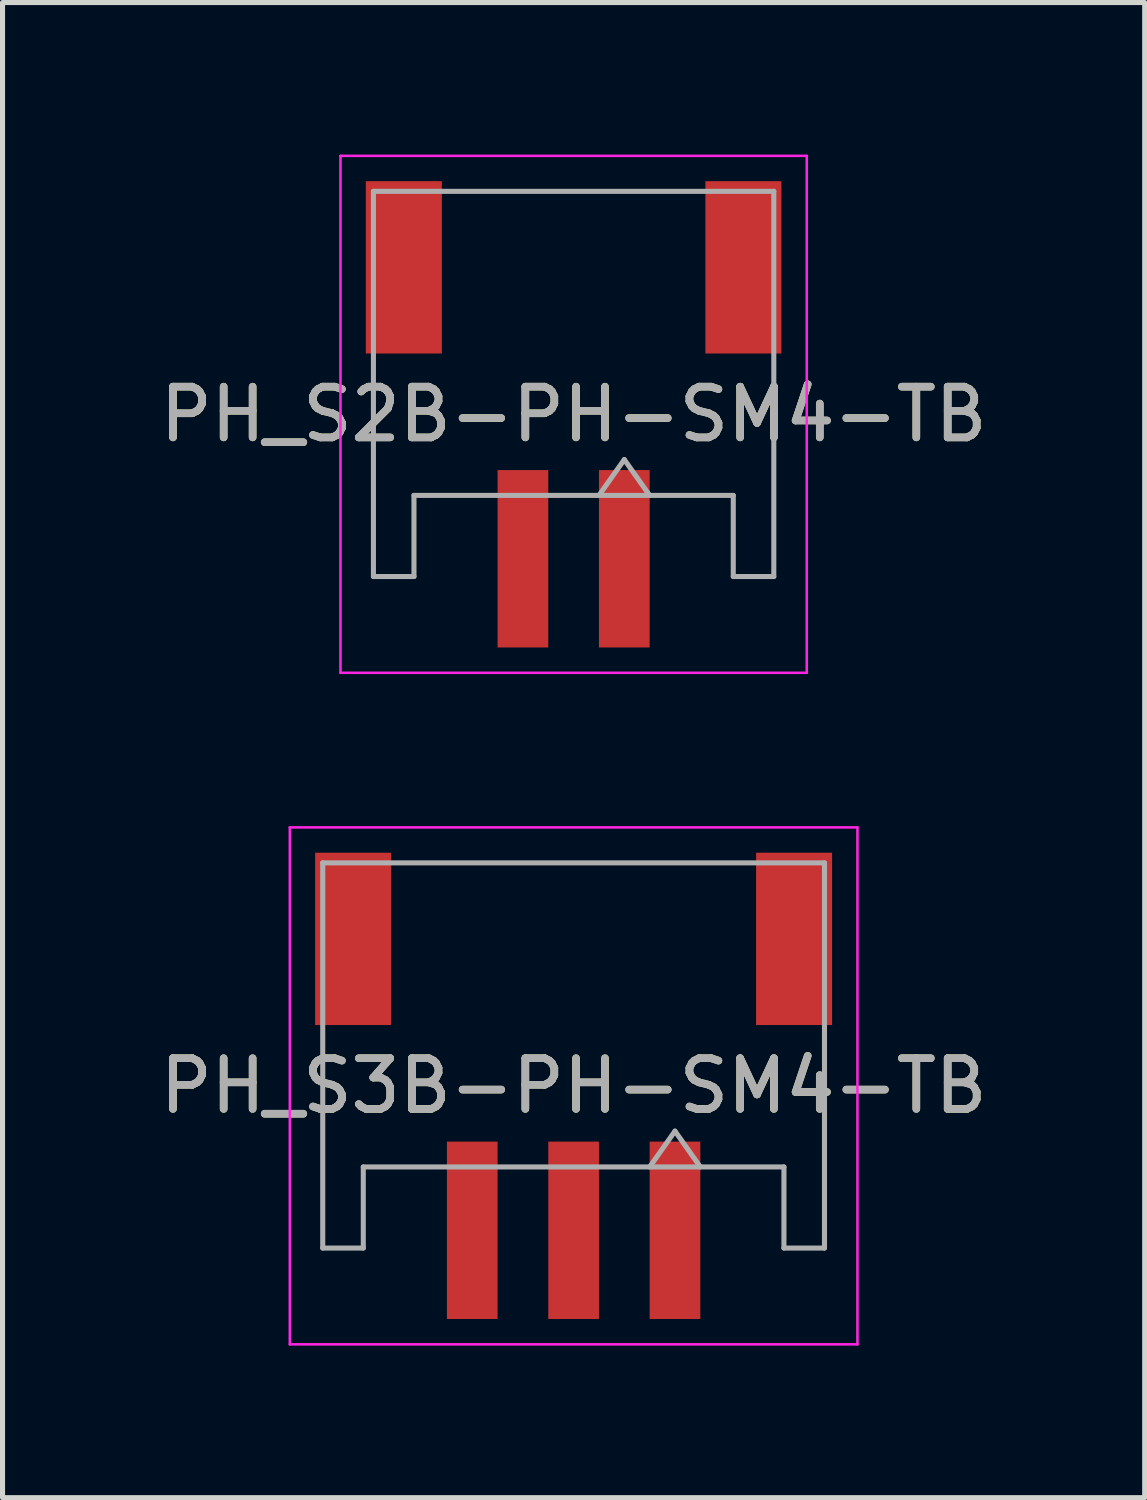
<source format=kicad_pcb>
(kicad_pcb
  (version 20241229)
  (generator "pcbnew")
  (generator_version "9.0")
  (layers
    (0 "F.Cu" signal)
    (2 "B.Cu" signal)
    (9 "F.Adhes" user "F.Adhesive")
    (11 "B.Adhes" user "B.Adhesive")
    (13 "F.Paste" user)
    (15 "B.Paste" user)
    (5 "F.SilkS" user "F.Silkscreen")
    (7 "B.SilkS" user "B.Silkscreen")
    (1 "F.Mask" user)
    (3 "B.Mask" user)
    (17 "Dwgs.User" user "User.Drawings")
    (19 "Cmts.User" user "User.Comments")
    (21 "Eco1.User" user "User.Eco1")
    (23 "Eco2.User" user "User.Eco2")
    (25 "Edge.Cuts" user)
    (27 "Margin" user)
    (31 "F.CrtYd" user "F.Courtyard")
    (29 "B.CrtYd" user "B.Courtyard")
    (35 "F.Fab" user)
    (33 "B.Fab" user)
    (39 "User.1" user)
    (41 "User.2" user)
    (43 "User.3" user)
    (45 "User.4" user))
  (footprint "PH_S3B-PH-SM4-TB"
    (layer "F.Cu")
    (at 8.268 18.375)
    (property "Reference" "PH_S3B-PH-SM4-TB" (at 0 0 180) (layer "F.SilkS") (effects (font (size 1 1) (thickness 0.15))))
    (attr smd)
    (fp_line (start -5.6 -5.1) (end -5.6 5.1) (stroke (width 0.05) (type solid)) (layer "F.CrtYd"))
    (fp_line (start -5.6 5.1) (end 5.6 5.1) (stroke (width 0.05) (type solid)) (layer "F.CrtYd"))
    (fp_line (start 5.6 -5.1) (end -5.6 -5.1) (stroke (width 0.05) (type solid)) (layer "F.CrtYd"))
    (fp_line (start 5.6 5.1) (end 5.6 -5.1) (stroke (width 0.05) (type solid)) (layer "F.CrtYd"))
    (fp_line (start -4.95 3.2) (end -4.95 -4.4) (stroke (width 0.1) (type solid)) (layer "F.Fab"))
    (fp_line (start -4.15 1.6) (end -4.15 3.2) (stroke (width 0.1) (type solid)) (layer "F.Fab"))
    (fp_line (start -4.15 3.2) (end -4.95 3.2) (stroke (width 0.1) (type solid)) (layer "F.Fab"))
    (fp_line (start 2 0.893) (end 1.5 1.6) (stroke (width 0.1) (type solid)) (layer "F.Fab"))
    (fp_line (start 2.5 1.6) (end 2 0.893) (stroke (width 0.1) (type solid)) (layer "F.Fab"))
    (fp_line (start 4.15 1.6) (end -4.15 1.6) (stroke (width 0.1) (type solid)) (layer "F.Fab"))
    (fp_line (start 4.15 3.2) (end 4.15 1.6) (stroke (width 0.1) (type solid)) (layer "F.Fab"))
    (fp_line (start 4.95 -4.4) (end -4.95 -4.4) (stroke (width 0.1) (type solid)) (layer "F.Fab"))
    (fp_line (start 4.95 3.2) (end 4.15 3.2) (stroke (width 0.1) (type solid)) (layer "F.Fab"))
    (fp_line (start 4.95 3.2) (end 4.95 -4.4) (stroke (width 0.1) (type solid)) (layer "F.Fab"))
    (fp_text user "${REFERENCE}" (at 0 0 180) (layer "F.Fab") (effects (font (size 1 1) (thickness 0.15))))
    (pad "1" smd rect (at 2 2.85 180) (size 1 3.5) (layers "F.Cu" "F.Mask" "F.Paste"))
    (pad "2" smd rect (at 0 2.85 180) (size 1 3.5) (layers "F.Cu" "F.Mask" "F.Paste"))
    (pad "3" smd rect (at -2 2.85 180) (size 1 3.5) (layers "F.Cu" "F.Mask" "F.Paste"))
    (pad "MP" smd rect (at -4.35 -2.9 180) (size 1.5 3.4) (layers "F.Cu" "F.Mask" "F.Paste"))
    (pad "MP" smd rect (at 4.35 -2.9 180) (size 1.5 3.4) (layers "F.Cu" "F.Mask" "F.Paste")))
  (footprint "PH_S2B-PH-SM4-TB"
    (layer "F.Cu")
    (at 8.268 5.125)
    (property "Reference" "PH_S2B-PH-SM4-TB" (at 0 0 180) (layer "F.SilkS") (effects (font (size 1 1) (thickness 0.15))))
    (attr smd)
    (fp_line (start -4.6 -5.1) (end -4.6 5.1) (stroke (width 0.05) (type solid)) (layer "F.CrtYd"))
    (fp_line (start -4.6 5.1) (end 4.6 5.1) (stroke (width 0.05) (type solid)) (layer "F.CrtYd"))
    (fp_line (start 4.6 -5.1) (end -4.6 -5.1) (stroke (width 0.05) (type solid)) (layer "F.CrtYd"))
    (fp_line (start 4.6 5.1) (end 4.6 -5.1) (stroke (width 0.05) (type solid)) (layer "F.CrtYd"))
    (fp_line (start -3.95 3.2) (end -3.95 -4.4) (stroke (width 0.1) (type solid)) (layer "F.Fab"))
    (fp_line (start -3.15 1.6) (end -3.15 3.2) (stroke (width 0.1) (type solid)) (layer "F.Fab"))
    (fp_line (start -3.15 3.2) (end -3.95 3.2) (stroke (width 0.1) (type solid)) (layer "F.Fab"))
    (fp_line (start 1 0.893) (end 0.5 1.6) (stroke (width 0.1) (type solid)) (layer "F.Fab"))
    (fp_line (start 1.5 1.6) (end 1 0.893) (stroke (width 0.1) (type solid)) (layer "F.Fab"))
    (fp_line (start 3.15 1.6) (end -3.15 1.6) (stroke (width 0.1) (type solid)) (layer "F.Fab"))
    (fp_line (start 3.15 3.2) (end 3.15 1.6) (stroke (width 0.1) (type solid)) (layer "F.Fab"))
    (fp_line (start 3.95 -4.4) (end -3.95 -4.4) (stroke (width 0.1) (type solid)) (layer "F.Fab"))
    (fp_line (start 3.95 3.2) (end 3.15 3.2) (stroke (width 0.1) (type solid)) (layer "F.Fab"))
    (fp_line (start 3.95 3.2) (end 3.95 -4.4) (stroke (width 0.1) (type solid)) (layer "F.Fab"))
    (fp_text user "${REFERENCE}" (at 0 0 180) (layer "F.Fab") (effects (font (size 1 1) (thickness 0.15))))
    (pad "1" smd rect (at 1 2.85 180) (size 1 3.5) (layers "F.Cu" "F.Mask" "F.Paste"))
    (pad "2" smd rect (at -1 2.85 180) (size 1 3.5) (layers "F.Cu" "F.Mask" "F.Paste"))
    (pad "MP" smd rect (at -3.35 -2.9 180) (size 1.5 3.4) (layers "F.Cu" "F.Mask" "F.Paste"))
    (pad "MP" smd rect (at 3.35 -2.9 180) (size 1.5 3.4) (layers "F.Cu" "F.Mask" "F.Paste")))
  (gr_rect
    (start -3 -3)
    (end 19.536 26.5)
    (stroke (width 0.1) (type default))
    (fill no)
    (layer "Edge.Cuts")))
</source>
